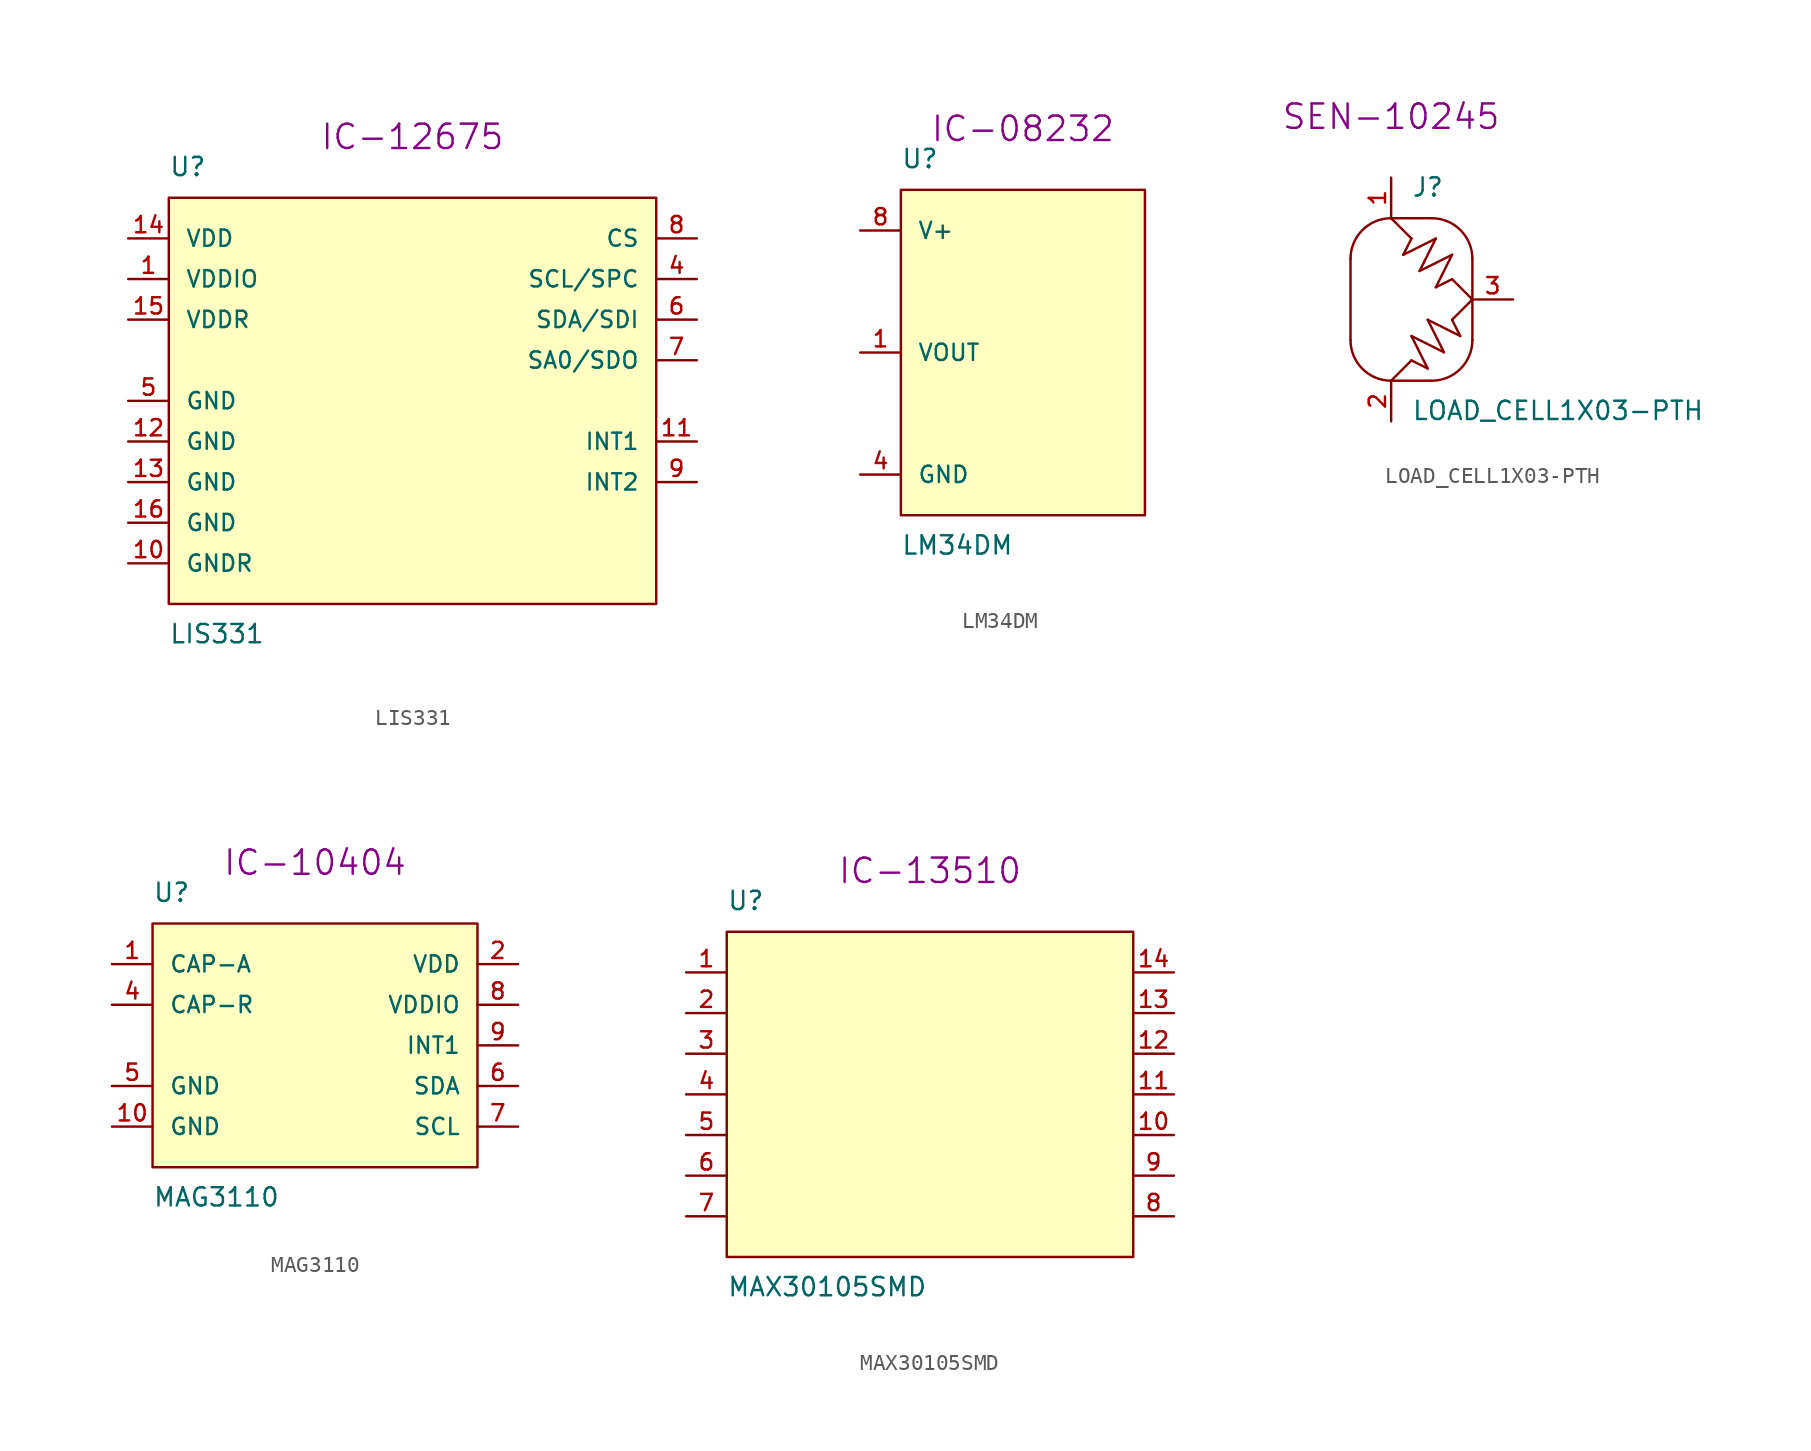
<source format=kicad_sym>
(kicad_symbol_lib
  (version 20220914)
  (generator kicad_symbol_editor)
  (symbol "LIS331"
    (pin_names
      (offset 1.016))
    (property "Reference" "U"
      (at -15.24 13.97 0)
      (effects (font (size 1.143 1.143)) (justify left bottom)))
    (property "Value" "LIS331"
      (at -15.24 -15.24 0)
      (effects (font (size 1.143 1.143)) (justify left bottom)))
    (property "Field4" "IC-12675"
      (at 0 16.51 0)
      (effects (font (size 1.524 1.524))))
    (property "ki_locked" ""
      (at 0 0 0)
      (effects (font (size 1.27 1.27))))
    (symbol "LIS331_1_1"
      (polyline (pts (xy -15.24 -12.7) (xy -15.24 12.7) (xy 15.24 12.7) (xy 15.24 -12.7) (xy -15.24 -12.7)) (stroke (width 0) (type solid)) (fill (type background)))
      (pin bidirectional line (at -17.78 7.62 0) (length 2.54) (name "VDDIO" (effects (font (size 1.016 1.016)))) (number "1" (effects (font (size 1.016 1.016)))))
      (pin bidirectional line (at -17.78 -10.16 0) (length 2.54) (name "GNDR" (effects (font (size 1.016 1.016)))) (number "10" (effects (font (size 1.016 1.016)))))
      (pin bidirectional line (at 17.78 -2.54 180) (length 2.54) (name "INT1" (effects (font (size 1.016 1.016)))) (number "11" (effects (font (size 1.016 1.016)))))
      (pin bidirectional line (at -17.78 -2.54 0) (length 2.54) (name "GND" (effects (font (size 1.016 1.016)))) (number "12" (effects (font (size 1.016 1.016)))))
      (pin bidirectional line (at -17.78 -5.08 0) (length 2.54) (name "GND" (effects (font (size 1.016 1.016)))) (number "13" (effects (font (size 1.016 1.016)))))
      (pin bidirectional line (at -17.78 10.16 0) (length 2.54) (name "VDD" (effects (font (size 1.016 1.016)))) (number "14" (effects (font (size 1.016 1.016)))))
      (pin bidirectional line (at -17.78 5.08 0) (length 2.54) (name "VDDR" (effects (font (size 1.016 1.016)))) (number "15" (effects (font (size 1.016 1.016)))))
      (pin bidirectional line (at -17.78 -7.62 0) (length 2.54) (name "GND" (effects (font (size 1.016 1.016)))) (number "16" (effects (font (size 1.016 1.016)))))
      (pin bidirectional line (at 17.78 7.62 180) (length 2.54) (name "SCL/SPC" (effects (font (size 1.016 1.016)))) (number "4" (effects (font (size 1.016 1.016)))))
      (pin bidirectional line (at -17.78 0 0) (length 2.54) (name "GND" (effects (font (size 1.016 1.016)))) (number "5" (effects (font (size 1.016 1.016)))))
      (pin bidirectional line (at 17.78 5.08 180) (length 2.54) (name "SDA/SDI" (effects (font (size 1.016 1.016)))) (number "6" (effects (font (size 1.016 1.016)))))
      (pin bidirectional line (at 17.78 2.54 180) (length 2.54) (name "SA0/SDO" (effects (font (size 1.016 1.016)))) (number "7" (effects (font (size 1.016 1.016)))))
      (pin bidirectional line (at 17.78 10.16 180) (length 2.54) (name "CS" (effects (font (size 1.016 1.016)))) (number "8" (effects (font (size 1.016 1.016)))))
      (pin bidirectional line (at 17.78 -5.08 180) (length 2.54) (name "INT2" (effects (font (size 1.016 1.016)))) (number "9" (effects (font (size 1.016 1.016)))))))
  (symbol "LM34DM"
    (pin_names
      (offset 1.016))
    (property "Reference" "U"
      (at -7.62 11.43 0)
      (effects (font (size 1.143 1.143)) (justify left bottom)))
    (property "Value" "LM34DM"
      (at -7.62 -12.7 0)
      (effects (font (size 1.143 1.143)) (justify left bottom)))
    (property "Field4" "IC-08232"
      (at 0 13.97 0)
      (effects (font (size 1.524 1.524))))
    (property "ki_locked" ""
      (at 0 0 0)
      (effects (font (size 1.27 1.27))))
    (symbol "LM34DM_1_1"
      (polyline (pts (xy 7.62 10.16) (xy 7.62 -10.16) (xy -7.62 -10.16) (xy -7.62 10.16) (xy 7.62 10.16)) (stroke (width 0) (type solid)) (fill (type background)))
      (pin bidirectional line (at -10.16 0 0) (length 2.54) (name "VOUT" (effects (font (size 1.016 1.016)))) (number "1" (effects (font (size 1.016 1.016)))))
      (pin bidirectional line (at -10.16 -7.62 0) (length 2.54) (name "GND" (effects (font (size 1.016 1.016)))) (number "4" (effects (font (size 1.016 1.016)))))
      (pin bidirectional line (at -10.16 7.62 0) (length 2.54) (name "V+" (effects (font (size 1.016 1.016)))) (number "8" (effects (font (size 1.016 1.016)))))))
  (symbol "LOAD_CELL1X03-PTH"
    (pin_names
      (offset 1.016) hide)
    (property "Reference" "J"
      (at 1.27 6.35 0)
      (effects (font (size 1.143 1.143)) (justify left bottom)))
    (property "Value" "LOAD_CELL1X03-PTH"
      (at 1.27 -7.62 0)
      (effects (font (size 1.143 1.143)) (justify left bottom)))
    (property "Field4" "SEN-10245"
      (at 0 11.43 0)
      (effects (font (size 1.524 1.524))))
    (property "ki_locked" ""
      (at 0 0 0)
      (effects (font (size 1.27 1.27))))
    (symbol "LOAD_CELL1X03-PTH_1_0"
      (polyline (pts (xy -2.54 -2.54) (xy -2.54 2.54)) (stroke (width 0) (type solid)) (fill (type none)))
      (polyline (pts (xy 0 -5.08) (xy 1.27 -3.81)) (stroke (width 0) (type solid)) (fill (type none)))
      (polyline (pts (xy 0 -5.08) (xy 2.54 -5.08)) (stroke (width 0) (type solid)) (fill (type none)))
      (polyline (pts (xy 0 5.08) (xy 1.27 3.81)) (stroke (width 0) (type solid)) (fill (type none)))
      (polyline (pts (xy 0 5.08) (xy 2.54 5.08)) (stroke (width 0) (type solid)) (fill (type none)))
      (polyline (pts (xy 1.27 -2.286) (xy 3.302 -3.302)) (stroke (width 0) (type solid)) (fill (type none)))
      (polyline (pts (xy 1.27 3.81) (xy 0.762 2.794)) (stroke (width 0) (type solid)) (fill (type none)))
      (polyline (pts (xy 1.778 1.778) (xy 2.794 3.81)) (stroke (width 0) (type solid)) (fill (type none)))
      (polyline (pts (xy 2.286 -4.318) (xy 1.27 -3.81)) (stroke (width 0) (type solid)) (fill (type none)))
      (polyline (pts (xy 2.286 -4.318) (xy 1.27 -2.286)) (stroke (width 0) (type solid)) (fill (type none)))
      (polyline (pts (xy 2.286 -1.27) (xy 4.318 -2.286)) (stroke (width 0) (type solid)) (fill (type none)))
      (polyline (pts (xy 2.794 0.762) (xy 3.81 1.27)) (stroke (width 0) (type solid)) (fill (type none)))
      (polyline (pts (xy 2.794 0.762) (xy 3.81 2.794)) (stroke (width 0) (type solid)) (fill (type none)))
      (polyline (pts (xy 2.794 3.81) (xy 0.762 2.794)) (stroke (width 0) (type solid)) (fill (type none)))
      (polyline (pts (xy 3.302 -3.302) (xy 2.286 -1.27)) (stroke (width 0) (type solid)) (fill (type none)))
      (polyline (pts (xy 3.81 -1.27) (xy 4.318 -2.286)) (stroke (width 0) (type solid)) (fill (type none)))
      (polyline (pts (xy 3.81 2.794) (xy 1.778 1.778)) (stroke (width 0) (type solid)) (fill (type none)))
      (polyline (pts (xy 5.08 -2.54) (xy 5.08 2.54)) (stroke (width 0) (type solid)) (fill (type none)))
      (polyline (pts (xy 5.08 0) (xy 3.81 -1.27)) (stroke (width 0) (type solid)) (fill (type none)))
      (polyline (pts (xy 5.08 0) (xy 3.81 1.27)) (stroke (width 0) (type solid)) (fill (type none))))
    (symbol "LOAD_CELL1X03-PTH_1_1"
      (arc (start -2.54 -2.54) (mid -1.7961 -4.3361) (end 0 -5.08) (stroke (width 0) (type solid)) (fill (type none)))
      (arc (start 0 5.08) (mid -1.7961 4.3361) (end -2.54 2.54) (stroke (width 0) (type solid)) (fill (type none)))
      (arc (start 2.54 -5.08) (mid 4.3361 -4.3361) (end 5.08 -2.54) (stroke (width 0) (type solid)) (fill (type none)))
      (arc (start 5.08 2.54) (mid 4.3361 4.3361) (end 2.54 5.08) (stroke (width 0) (type solid)) (fill (type none)))
      (pin passive line (at 0 7.62 270) (length 2.54) (name "B" (effects (font (size 1.016 1.016)))) (number "1" (effects (font (size 1.016 1.016)))))
      (pin passive line (at 0 -7.62 90) (length 2.54) (name "W" (effects (font (size 1.016 1.016)))) (number "2" (effects (font (size 1.016 1.016)))))
      (pin passive line (at 7.62 0 180) (length 2.54) (name "R" (effects (font (size 1.016 1.016)))) (number "3" (effects (font (size 1.016 1.016)))))))
  (symbol "MAG3110"
    (pin_names
      (offset 1.016))
    (property "Reference" "U"
      (at -10.16 8.89 0)
      (effects (font (size 1.143 1.143)) (justify left bottom)))
    (property "Value" "MAG3110"
      (at -10.16 -10.16 0)
      (effects (font (size 1.143 1.143)) (justify left bottom)))
    (property "Field4" "IC-10404"
      (at 0 11.43 0)
      (effects (font (size 1.524 1.524))))
    (property "ki_locked" ""
      (at 0 0 0)
      (effects (font (size 1.27 1.27))))
    (symbol "MAG3110_1_1"
      (polyline (pts (xy -10.16 -7.62) (xy 10.16 -7.62) (xy 10.16 7.62) (xy -10.16 7.62) (xy -10.16 -7.62)) (stroke (width 0) (type solid)) (fill (type background)))
      (pin bidirectional line (at -12.7 5.08 0) (length 2.54) (name "CAP-A" (effects (font (size 1.016 1.016)))) (number "1" (effects (font (size 1.016 1.016)))))
      (pin bidirectional line (at -12.7 -5.08 0) (length 2.54) (name "GND" (effects (font (size 1.016 1.016)))) (number "10" (effects (font (size 1.016 1.016)))))
      (pin bidirectional line (at 12.7 5.08 180) (length 2.54) (name "VDD" (effects (font (size 1.016 1.016)))) (number "2" (effects (font (size 1.016 1.016)))))
      (pin bidirectional line (at -12.7 2.54 0) (length 2.54) (name "CAP-R" (effects (font (size 1.016 1.016)))) (number "4" (effects (font (size 1.016 1.016)))))
      (pin bidirectional line (at -12.7 -2.54 0) (length 2.54) (name "GND" (effects (font (size 1.016 1.016)))) (number "5" (effects (font (size 1.016 1.016)))))
      (pin bidirectional line (at 12.7 -2.54 180) (length 2.54) (name "SDA" (effects (font (size 1.016 1.016)))) (number "6" (effects (font (size 1.016 1.016)))))
      (pin bidirectional line (at 12.7 -5.08 180) (length 2.54) (name "SCL" (effects (font (size 1.016 1.016)))) (number "7" (effects (font (size 1.016 1.016)))))
      (pin bidirectional line (at 12.7 2.54 180) (length 2.54) (name "VDDIO" (effects (font (size 1.016 1.016)))) (number "8" (effects (font (size 1.016 1.016)))))
      (pin bidirectional line (at 12.7 0 180) (length 2.54) (name "INT1" (effects (font (size 1.016 1.016)))) (number "9" (effects (font (size 1.016 1.016)))))))
  (symbol "MAX30105SMD"
    (pin_names
      (offset 1.016) hide)
    (property "Reference" "U"
      (at -12.7 11.43 0)
      (effects (font (size 1.143 1.143)) (justify left bottom)))
    (property "Value" "MAX30105SMD"
      (at -12.7 -12.7 0)
      (effects (font (size 1.143 1.143)) (justify left bottom)))
    (property "Field4" "IC-13510"
      (at 0 13.97 0)
      (effects (font (size 1.524 1.524))))
    (property "ki_locked" ""
      (at 0 0 0)
      (effects (font (size 1.27 1.27))))
    (symbol "MAX30105SMD_1_1"
      (polyline (pts (xy 12.7 10.16) (xy 12.7 -10.16) (xy -12.7 -10.16) (xy -12.7 10.16) (xy 12.7 10.16)) (stroke (width 0) (type solid)) (fill (type background)))
      (pin bidirectional line (at -15.24 7.62 0) (length 2.54) (name "NC" (effects (font (size 1.016 1.016)))) (number "1" (effects (font (size 1.016 1.016)))))
      (pin bidirectional line (at 15.24 -2.54 180) (length 2.54) (name "VLED+" (effects (font (size 1.016 1.016)))) (number "10" (effects (font (size 1.016 1.016)))))
      (pin bidirectional line (at 15.24 0 180) (length 2.54) (name "VDD" (effects (font (size 1.016 1.016)))) (number "11" (effects (font (size 1.016 1.016)))))
      (pin bidirectional line (at 15.24 2.54 180) (length 2.54) (name "GND" (effects (font (size 1.016 1.016)))) (number "12" (effects (font (size 1.016 1.016)))))
      (pin bidirectional line (at 15.24 5.08 180) (length 2.54) (name "~{INT}" (effects (font (size 1.016 1.016)))) (number "13" (effects (font (size 1.016 1.016)))))
      (pin bidirectional line (at 15.24 7.62 180) (length 2.54) (name "NC" (effects (font (size 1.016 1.016)))) (number "14" (effects (font (size 1.016 1.016)))))
      (pin bidirectional line (at -15.24 5.08 0) (length 2.54) (name "SCL" (effects (font (size 1.016 1.016)))) (number "2" (effects (font (size 1.016 1.016)))))
      (pin bidirectional line (at -15.24 2.54 0) (length 2.54) (name "SDA" (effects (font (size 1.016 1.016)))) (number "3" (effects (font (size 1.016 1.016)))))
      (pin bidirectional line (at -15.24 0 0) (length 2.54) (name "PGND" (effects (font (size 1.016 1.016)))) (number "4" (effects (font (size 1.016 1.016)))))
      (pin bidirectional line (at -15.24 -2.54 0) (length 2.54) (name "R_DRV" (effects (font (size 1.016 1.016)))) (number "5" (effects (font (size 1.016 1.016)))))
      (pin bidirectional line (at -15.24 -5.08 0) (length 2.54) (name "IR_DRV" (effects (font (size 1.016 1.016)))) (number "6" (effects (font (size 1.016 1.016)))))
      (pin bidirectional line (at -15.24 -7.62 0) (length 2.54) (name "G_DRV" (effects (font (size 1.016 1.016)))) (number "7" (effects (font (size 1.016 1.016)))))
      (pin bidirectional line (at 15.24 -7.62 180) (length 2.54) (name "NC" (effects (font (size 1.016 1.016)))) (number "8" (effects (font (size 1.016 1.016)))))
      (pin bidirectional line (at 15.24 -5.08 180) (length 2.54) (name "VLED+" (effects (font (size 1.016 1.016)))) (number "9" (effects (font (size 1.016 1.016))))))))
</source>
